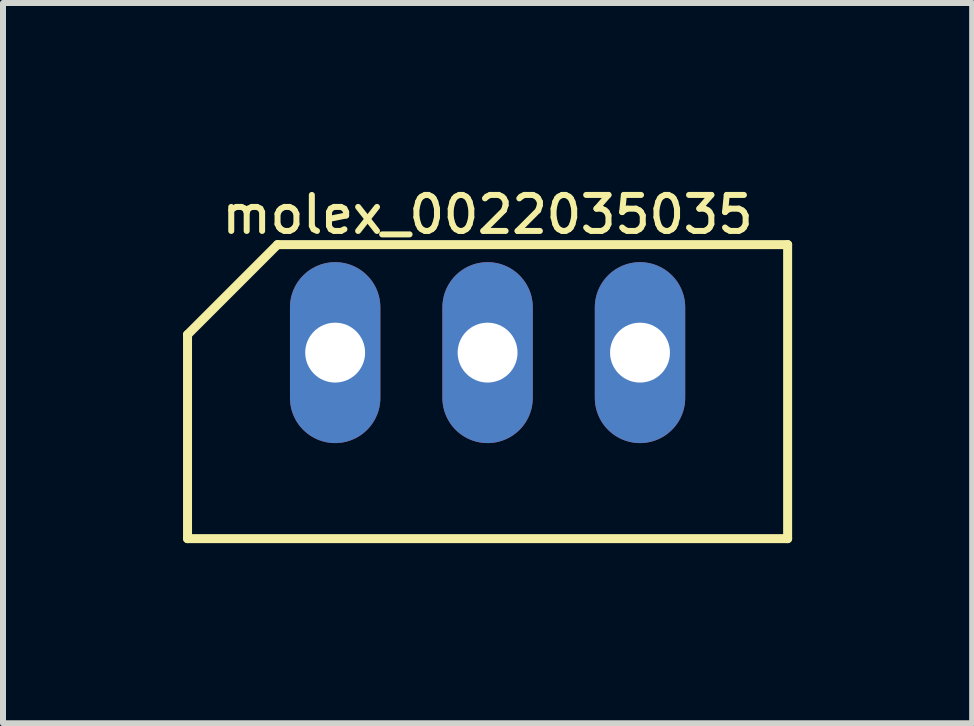
<source format=kicad_pcb>
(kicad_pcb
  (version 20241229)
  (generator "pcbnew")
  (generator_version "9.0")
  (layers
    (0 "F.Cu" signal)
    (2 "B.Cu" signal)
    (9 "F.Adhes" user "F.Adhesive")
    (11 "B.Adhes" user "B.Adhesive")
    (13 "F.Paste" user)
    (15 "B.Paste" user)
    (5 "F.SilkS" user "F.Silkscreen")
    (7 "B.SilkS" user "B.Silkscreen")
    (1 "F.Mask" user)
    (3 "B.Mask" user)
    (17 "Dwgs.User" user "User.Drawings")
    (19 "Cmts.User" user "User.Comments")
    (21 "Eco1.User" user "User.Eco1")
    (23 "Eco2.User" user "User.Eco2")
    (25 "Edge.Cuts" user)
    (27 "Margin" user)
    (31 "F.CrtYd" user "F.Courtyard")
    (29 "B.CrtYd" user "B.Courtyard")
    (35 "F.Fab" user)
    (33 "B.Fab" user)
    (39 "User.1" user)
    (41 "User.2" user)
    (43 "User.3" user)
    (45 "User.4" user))
  (footprint "molex_0022035035"
    (layer "F.Cu")
    (at 5.075 2.826)
    (property "Reference" "molex_0022035035" (at 0 -2.3 0) (layer "F.SilkS") (effects (font (size 0.6 0.6) (thickness 0.1))))
    (attr exclude_from_pos_files exclude_from_bom)
    (fp_line (start -5 -0.3) (end -5 3.1) (stroke (width 0.15) (type solid)) (layer "F.SilkS"))
    (fp_line (start -5 -0.3) (end -3.5 -1.8) (stroke (width 0.15) (type solid)) (layer "F.SilkS"))
    (fp_line (start -5 3.1) (end 5 3.1) (stroke (width 0.15) (type solid)) (layer "F.SilkS"))
    (fp_line (start -3.5 -1.8) (end 5 -1.8) (stroke (width 0.15) (type solid)) (layer "F.SilkS"))
    (fp_line (start 5 3.1) (end 5 -1.8) (stroke (width 0.15) (type solid)) (layer "F.SilkS"))
    (pad "1" thru_hole oval (at -2.54 0) (size 1.506 3.015) (drill 0.998) (layers "*.Cu" "*.Mask"))
    (pad "2" thru_hole oval (at 0 0) (size 1.506 3.015) (drill 0.998) (layers "*.Cu" "*.Mask"))
    (pad "3" thru_hole oval (at 2.54 0) (size 1.506 3.015) (drill 0.998) (layers "*.Cu" "*.Mask")))
  (gr_rect
    (start -3 -3)
    (end 13.15 9.002)
    (stroke (width 0.1) (type default))
    (fill no)
    (layer "Edge.Cuts")))
</source>
